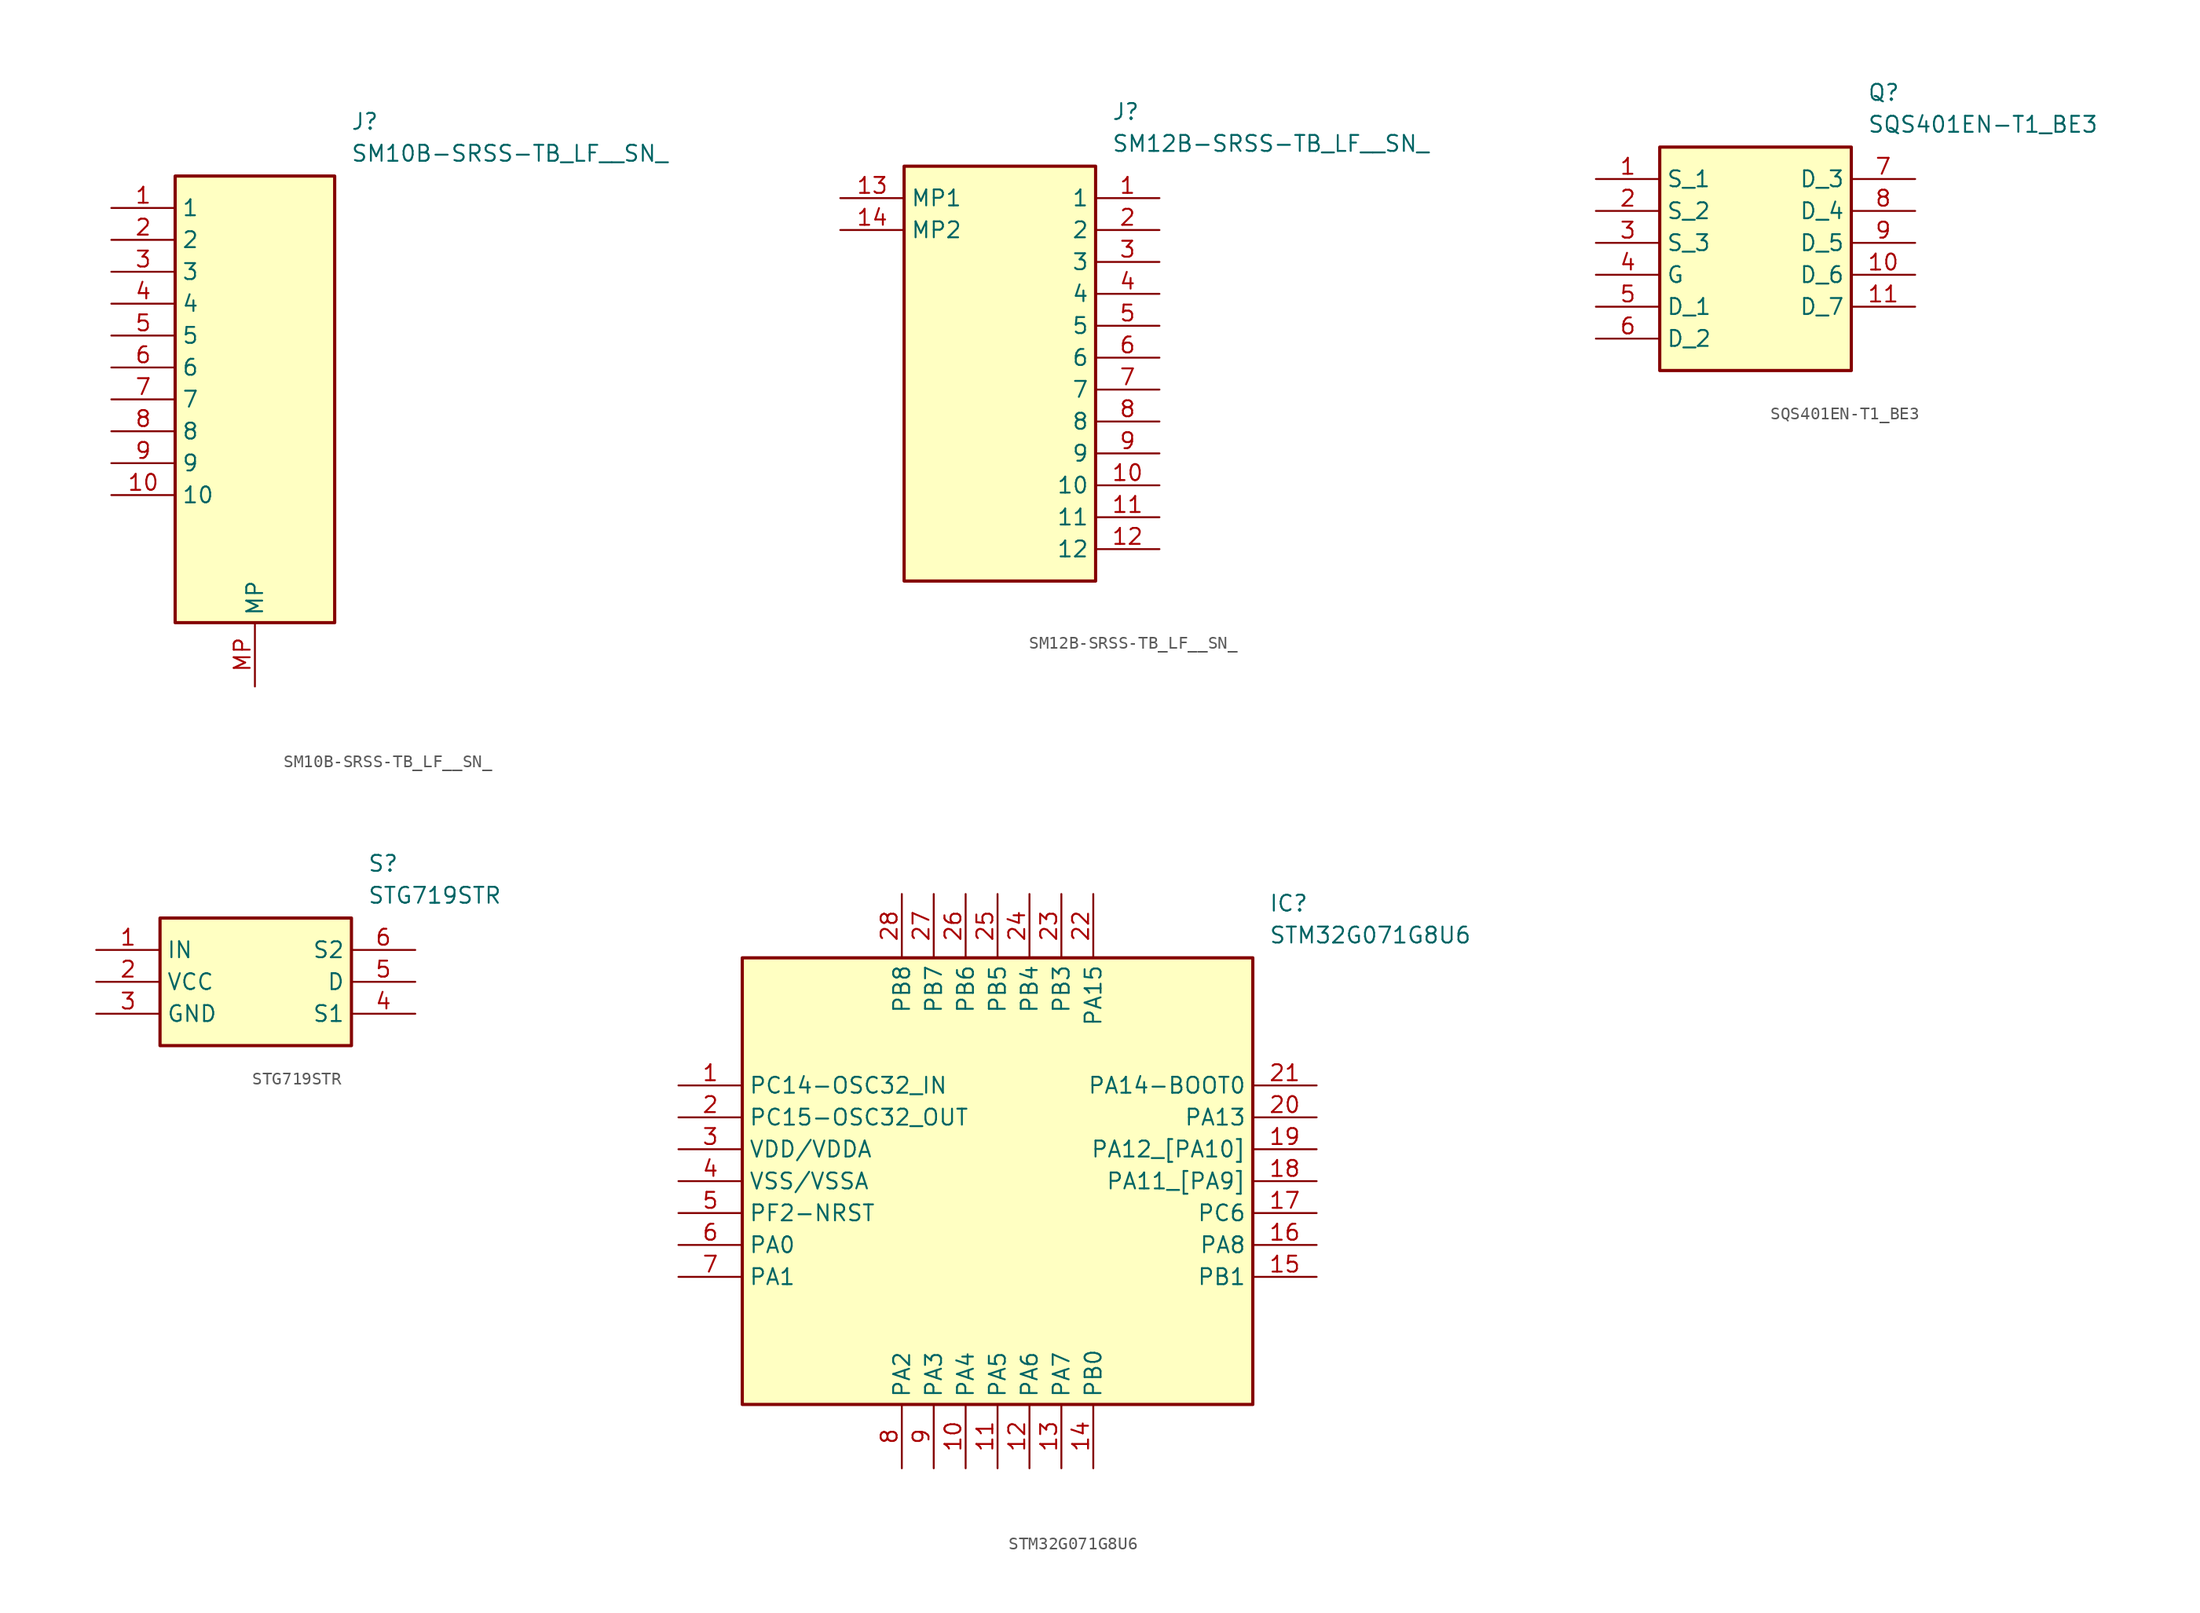
<source format=kicad_sym>
(kicad_symbol_lib
  (version 20241209)
  (generator "kicad_symbol_editor")
  (generator_version "9.0")
  (symbol "SM10B-SRSS-TB_LF__SN_"
    (property "Reference" "J"
      (at 19.05 7.62 0)
      (effects (font (size 1.27 1.27)) (justify left top)))
    (property "Value" "SM10B-SRSS-TB_LF__SN_"
      (at 19.05 5.08 0)
      (effects (font (size 1.27 1.27)) (justify left top)))
    (symbol "SM10B-SRSS-TB_LF__SN__1_1"
      (rectangle (start 5.08 2.54) (end 17.78 -33.02) (stroke (width 0.254) (type default)) (fill (type background)))
      (pin passive line (at 0 0 0) (length 5.08) (name "1" (effects (font (size 1.27 1.27)))) (number "1" (effects (font (size 1.27 1.27)))))
      (pin passive line (at 0 -2.54 0) (length 5.08) (name "2" (effects (font (size 1.27 1.27)))) (number "2" (effects (font (size 1.27 1.27)))))
      (pin passive line (at 0 -5.08 0) (length 5.08) (name "3" (effects (font (size 1.27 1.27)))) (number "3" (effects (font (size 1.27 1.27)))))
      (pin passive line (at 0 -7.62 0) (length 5.08) (name "4" (effects (font (size 1.27 1.27)))) (number "4" (effects (font (size 1.27 1.27)))))
      (pin passive line (at 0 -10.16 0) (length 5.08) (name "5" (effects (font (size 1.27 1.27)))) (number "5" (effects (font (size 1.27 1.27)))))
      (pin passive line (at 0 -12.7 0) (length 5.08) (name "6" (effects (font (size 1.27 1.27)))) (number "6" (effects (font (size 1.27 1.27)))))
      (pin passive line (at 0 -15.24 0) (length 5.08) (name "7" (effects (font (size 1.27 1.27)))) (number "7" (effects (font (size 1.27 1.27)))))
      (pin passive line (at 0 -17.78 0) (length 5.08) (name "8" (effects (font (size 1.27 1.27)))) (number "8" (effects (font (size 1.27 1.27)))))
      (pin passive line (at 0 -20.32 0) (length 5.08) (name "9" (effects (font (size 1.27 1.27)))) (number "9" (effects (font (size 1.27 1.27)))))
      (pin passive line (at 0 -22.86 0) (length 5.08) (name "10" (effects (font (size 1.27 1.27)))) (number "10" (effects (font (size 1.27 1.27)))))
      (pin passive line (at 11.43 -38.1 90) (length 5.08) (name "MP" (effects (font (size 1.27 1.27)))) (number "MP" (effects (font (size 1.27 1.27)))))))
  (symbol "SM12B-SRSS-TB_LF__SN_"
    (property "Reference" "J"
      (at 21.59 7.62 0)
      (effects (font (size 1.27 1.27)) (justify left top)))
    (property "Value" "SM12B-SRSS-TB_LF__SN_"
      (at 21.59 5.08 0)
      (effects (font (size 1.27 1.27)) (justify left top)))
    (symbol "SM12B-SRSS-TB_LF__SN__1_1"
      (rectangle (start 5.08 2.54) (end 20.32 -30.48) (stroke (width 0.254) (type default)) (fill (type background)))
      (pin passive line (at 0 0 0) (length 5.08) (name "MP1" (effects (font (size 1.27 1.27)))) (number "13" (effects (font (size 1.27 1.27)))))
      (pin passive line (at 0 -2.54 0) (length 5.08) (name "MP2" (effects (font (size 1.27 1.27)))) (number "14" (effects (font (size 1.27 1.27)))))
      (pin passive line (at 25.4 0 180) (length 5.08) (name "1" (effects (font (size 1.27 1.27)))) (number "1" (effects (font (size 1.27 1.27)))))
      (pin passive line (at 25.4 -2.54 180) (length 5.08) (name "2" (effects (font (size 1.27 1.27)))) (number "2" (effects (font (size 1.27 1.27)))))
      (pin passive line (at 25.4 -5.08 180) (length 5.08) (name "3" (effects (font (size 1.27 1.27)))) (number "3" (effects (font (size 1.27 1.27)))))
      (pin passive line (at 25.4 -7.62 180) (length 5.08) (name "4" (effects (font (size 1.27 1.27)))) (number "4" (effects (font (size 1.27 1.27)))))
      (pin passive line (at 25.4 -10.16 180) (length 5.08) (name "5" (effects (font (size 1.27 1.27)))) (number "5" (effects (font (size 1.27 1.27)))))
      (pin passive line (at 25.4 -12.7 180) (length 5.08) (name "6" (effects (font (size 1.27 1.27)))) (number "6" (effects (font (size 1.27 1.27)))))
      (pin passive line (at 25.4 -15.24 180) (length 5.08) (name "7" (effects (font (size 1.27 1.27)))) (number "7" (effects (font (size 1.27 1.27)))))
      (pin passive line (at 25.4 -17.78 180) (length 5.08) (name "8" (effects (font (size 1.27 1.27)))) (number "8" (effects (font (size 1.27 1.27)))))
      (pin passive line (at 25.4 -20.32 180) (length 5.08) (name "9" (effects (font (size 1.27 1.27)))) (number "9" (effects (font (size 1.27 1.27)))))
      (pin passive line (at 25.4 -22.86 180) (length 5.08) (name "10" (effects (font (size 1.27 1.27)))) (number "10" (effects (font (size 1.27 1.27)))))
      (pin passive line (at 25.4 -25.4 180) (length 5.08) (name "11" (effects (font (size 1.27 1.27)))) (number "11" (effects (font (size 1.27 1.27)))))
      (pin passive line (at 25.4 -27.94 180) (length 5.08) (name "12" (effects (font (size 1.27 1.27)))) (number "12" (effects (font (size 1.27 1.27)))))))
  (symbol "SQS401EN-T1_BE3"
    (property "Reference" "Q"
      (at 21.59 7.62 0)
      (effects (font (size 1.27 1.27)) (justify left top)))
    (property "Value" "SQS401EN-T1_BE3"
      (at 21.59 5.08 0)
      (effects (font (size 1.27 1.27)) (justify left top)))
    (symbol "SQS401EN-T1_BE3_1_1"
      (rectangle (start 5.08 2.54) (end 20.32 -15.24) (stroke (width 0.254) (type default)) (fill (type background)))
      (pin passive line (at 0 0 0) (length 5.08) (name "S_1" (effects (font (size 1.27 1.27)))) (number "1" (effects (font (size 1.27 1.27)))))
      (pin passive line (at 0 -2.54 0) (length 5.08) (name "S_2" (effects (font (size 1.27 1.27)))) (number "2" (effects (font (size 1.27 1.27)))))
      (pin passive line (at 0 -5.08 0) (length 5.08) (name "S_3" (effects (font (size 1.27 1.27)))) (number "3" (effects (font (size 1.27 1.27)))))
      (pin passive line (at 0 -7.62 0) (length 5.08) (name "G" (effects (font (size 1.27 1.27)))) (number "4" (effects (font (size 1.27 1.27)))))
      (pin passive line (at 0 -10.16 0) (length 5.08) (name "D_1" (effects (font (size 1.27 1.27)))) (number "5" (effects (font (size 1.27 1.27)))))
      (pin passive line (at 0 -12.7 0) (length 5.08) (name "D_2" (effects (font (size 1.27 1.27)))) (number "6" (effects (font (size 1.27 1.27)))))
      (pin passive line (at 25.4 0 180) (length 5.08) (name "D_3" (effects (font (size 1.27 1.27)))) (number "7" (effects (font (size 1.27 1.27)))))
      (pin passive line (at 25.4 -2.54 180) (length 5.08) (name "D_4" (effects (font (size 1.27 1.27)))) (number "8" (effects (font (size 1.27 1.27)))))
      (pin passive line (at 25.4 -5.08 180) (length 5.08) (name "D_5" (effects (font (size 1.27 1.27)))) (number "9" (effects (font (size 1.27 1.27)))))
      (pin passive line (at 25.4 -7.62 180) (length 5.08) (name "D_6" (effects (font (size 1.27 1.27)))) (number "10" (effects (font (size 1.27 1.27)))))
      (pin passive line (at 25.4 -10.16 180) (length 5.08) (name "D_7" (effects (font (size 1.27 1.27)))) (number "11" (effects (font (size 1.27 1.27)))))))
  (symbol "STG719STR"
    (property "Reference" "S"
      (at 21.59 7.62 0)
      (effects (font (size 1.27 1.27)) (justify left top)))
    (property "Value" "STG719STR"
      (at 21.59 5.08 0)
      (effects (font (size 1.27 1.27)) (justify left top)))
    (symbol "STG719STR_1_1"
      (rectangle (start 5.08 2.54) (end 20.32 -7.62) (stroke (width 0.254) (type default)) (fill (type background)))
      (pin passive line (at 0 0 0) (length 5.08) (name "IN" (effects (font (size 1.27 1.27)))) (number "1" (effects (font (size 1.27 1.27)))))
      (pin passive line (at 0 -2.54 0) (length 5.08) (name "VCC" (effects (font (size 1.27 1.27)))) (number "2" (effects (font (size 1.27 1.27)))))
      (pin passive line (at 0 -5.08 0) (length 5.08) (name "GND" (effects (font (size 1.27 1.27)))) (number "3" (effects (font (size 1.27 1.27)))))
      (pin passive line (at 25.4 0 180) (length 5.08) (name "S2" (effects (font (size 1.27 1.27)))) (number "6" (effects (font (size 1.27 1.27)))))
      (pin passive line (at 25.4 -2.54 180) (length 5.08) (name "D" (effects (font (size 1.27 1.27)))) (number "5" (effects (font (size 1.27 1.27)))))
      (pin passive line (at 25.4 -5.08 180) (length 5.08) (name "S1" (effects (font (size 1.27 1.27)))) (number "4" (effects (font (size 1.27 1.27)))))))
  (symbol "STM32G071G8U6"
    (property "Reference" "IC"
      (at 46.99 15.24 0)
      (effects (font (size 1.27 1.27)) (justify left top)))
    (property "Value" "STM32G071G8U6"
      (at 46.99 12.7 0)
      (effects (font (size 1.27 1.27)) (justify left top)))
    (symbol "STM32G071G8U6_1_1"
      (rectangle (start 5.08 10.16) (end 45.72 -25.4) (stroke (width 0.254) (type default)) (fill (type background)))
      (pin passive line (at 0 0 0) (length 5.08) (name "PC14-OSC32_IN" (effects (font (size 1.27 1.27)))) (number "1" (effects (font (size 1.27 1.27)))))
      (pin passive line (at 0 -2.54 0) (length 5.08) (name "PC15-OSC32_OUT" (effects (font (size 1.27 1.27)))) (number "2" (effects (font (size 1.27 1.27)))))
      (pin passive line (at 0 -5.08 0) (length 5.08) (name "VDD/VDDA" (effects (font (size 1.27 1.27)))) (number "3" (effects (font (size 1.27 1.27)))))
      (pin passive line (at 0 -7.62 0) (length 5.08) (name "VSS/VSSA" (effects (font (size 1.27 1.27)))) (number "4" (effects (font (size 1.27 1.27)))))
      (pin passive line (at 0 -10.16 0) (length 5.08) (name "PF2-NRST" (effects (font (size 1.27 1.27)))) (number "5" (effects (font (size 1.27 1.27)))))
      (pin passive line (at 0 -12.7 0) (length 5.08) (name "PA0" (effects (font (size 1.27 1.27)))) (number "6" (effects (font (size 1.27 1.27)))))
      (pin passive line (at 0 -15.24 0) (length 5.08) (name "PA1" (effects (font (size 1.27 1.27)))) (number "7" (effects (font (size 1.27 1.27)))))
      (pin passive line (at 17.78 15.24 270) (length 5.08) (name "PB8" (effects (font (size 1.27 1.27)))) (number "28" (effects (font (size 1.27 1.27)))))
      (pin passive line (at 17.78 -30.48 90) (length 5.08) (name "PA2" (effects (font (size 1.27 1.27)))) (number "8" (effects (font (size 1.27 1.27)))))
      (pin passive line (at 20.32 15.24 270) (length 5.08) (name "PB7" (effects (font (size 1.27 1.27)))) (number "27" (effects (font (size 1.27 1.27)))))
      (pin passive line (at 20.32 -30.48 90) (length 5.08) (name "PA3" (effects (font (size 1.27 1.27)))) (number "9" (effects (font (size 1.27 1.27)))))
      (pin passive line (at 22.86 15.24 270) (length 5.08) (name "PB6" (effects (font (size 1.27 1.27)))) (number "26" (effects (font (size 1.27 1.27)))))
      (pin passive line (at 22.86 -30.48 90) (length 5.08) (name "PA4" (effects (font (size 1.27 1.27)))) (number "10" (effects (font (size 1.27 1.27)))))
      (pin passive line (at 25.4 15.24 270) (length 5.08) (name "PB5" (effects (font (size 1.27 1.27)))) (number "25" (effects (font (size 1.27 1.27)))))
      (pin passive line (at 25.4 -30.48 90) (length 5.08) (name "PA5" (effects (font (size 1.27 1.27)))) (number "11" (effects (font (size 1.27 1.27)))))
      (pin passive line (at 27.94 15.24 270) (length 5.08) (name "PB4" (effects (font (size 1.27 1.27)))) (number "24" (effects (font (size 1.27 1.27)))))
      (pin passive line (at 27.94 -30.48 90) (length 5.08) (name "PA6" (effects (font (size 1.27 1.27)))) (number "12" (effects (font (size 1.27 1.27)))))
      (pin passive line (at 30.48 15.24 270) (length 5.08) (name "PB3" (effects (font (size 1.27 1.27)))) (number "23" (effects (font (size 1.27 1.27)))))
      (pin passive line (at 30.48 -30.48 90) (length 5.08) (name "PA7" (effects (font (size 1.27 1.27)))) (number "13" (effects (font (size 1.27 1.27)))))
      (pin passive line (at 33.02 15.24 270) (length 5.08) (name "PA15" (effects (font (size 1.27 1.27)))) (number "22" (effects (font (size 1.27 1.27)))))
      (pin passive line (at 33.02 -30.48 90) (length 5.08) (name "PB0" (effects (font (size 1.27 1.27)))) (number "14" (effects (font (size 1.27 1.27)))))
      (pin passive line (at 50.8 0 180) (length 5.08) (name "PA14-BOOT0" (effects (font (size 1.27 1.27)))) (number "21" (effects (font (size 1.27 1.27)))))
      (pin passive line (at 50.8 -2.54 180) (length 5.08) (name "PA13" (effects (font (size 1.27 1.27)))) (number "20" (effects (font (size 1.27 1.27)))))
      (pin passive line (at 50.8 -5.08 180) (length 5.08) (name "PA12_[PA10]" (effects (font (size 1.27 1.27)))) (number "19" (effects (font (size 1.27 1.27)))))
      (pin passive line (at 50.8 -7.62 180) (length 5.08) (name "PA11_[PA9]" (effects (font (size 1.27 1.27)))) (number "18" (effects (font (size 1.27 1.27)))))
      (pin passive line (at 50.8 -10.16 180) (length 5.08) (name "PC6" (effects (font (size 1.27 1.27)))) (number "17" (effects (font (size 1.27 1.27)))))
      (pin passive line (at 50.8 -12.7 180) (length 5.08) (name "PA8" (effects (font (size 1.27 1.27)))) (number "16" (effects (font (size 1.27 1.27)))))
      (pin passive line (at 50.8 -15.24 180) (length 5.08) (name "PB1" (effects (font (size 1.27 1.27)))) (number "15" (effects (font (size 1.27 1.27))))))))
</source>
